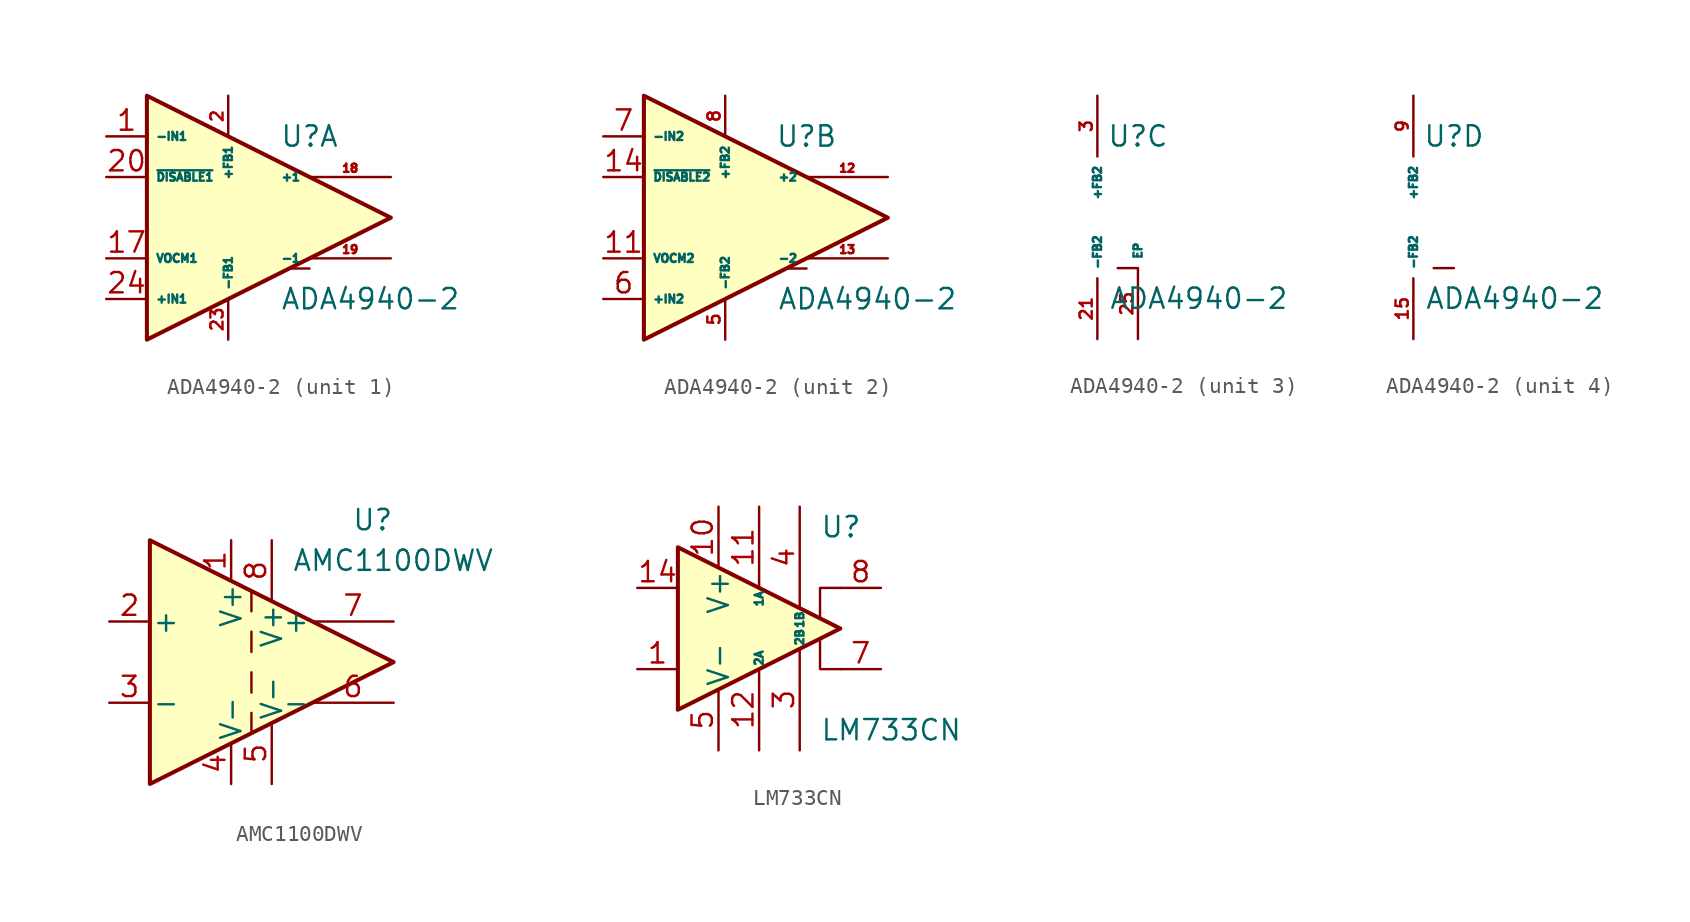
<source format=kicad_sym>
(kicad_symbol_lib
  (version 20211014)
  (generator kicad_symbol_editor)
  (symbol "ADA4940-2"
    (property "Reference" "U"
      (at 5.08 5.08 0)
      (effects (font (size 1.27 1.27))))
    (property "Value" "ADA4940-2"
      (at 8.89 -5.08 0)
      (effects (font (size 1.27 1.27))))
    (symbol "ADA4940-2_0_1"
      (polyline (pts (xy 5.08 -3.175) (xy 3.81 -3.175)) (stroke (width 0) (type default) (color 0 0 0 0)) (fill (type none))))
    (symbol "ADA4940-2_1_1"
      (polyline (pts (xy -5.08 7.62) (xy -5.08 -7.62) (xy 10.16 0) (xy -5.08 7.62)) (stroke (width 0.254) (type default) (color 0 0 0 0)) (fill (type background)))
      (pin input line (at -7.62 5.08 0) (length 2.54) (name "-IN1" (effects (font (size 0.508 0.508)))) (number "1" (effects (font (size 1.27 1.27)))))
      (pin input line (at -7.62 -2.54 0) (length 2.54) (name "VOCM1" (effects (font (size 0.508 0.508)))) (number "17" (effects (font (size 1.27 1.27)))))
      (pin output line (at 10.16 2.54 180) (length 5.08) (name "+1" (effects (font (size 0.508 0.508)))) (number "18" (effects (font (size 0.508 0.508)))))
      (pin output line (at 10.16 -2.54 180) (length 5.08) (name "-1" (effects (font (size 0.508 0.508)))) (number "19" (effects (font (size 0.508 0.508)))))
      (pin input line (at 0 7.62 270) (length 2.54) (name "+FB1" (effects (font (size 0.508 0.508)))) (number "2" (effects (font (size 0.762 0.762)))))
      (pin input line (at -7.62 2.54 0) (length 2.54) (name "~{DISABLE1}" (effects (font (size 0.508 0.508)))) (number "20" (effects (font (size 1.27 1.27)))))
      (pin input line (at 0 -7.62 90) (length 2.54) (name "-FB1" (effects (font (size 0.508 0.508)))) (number "23" (effects (font (size 0.762 0.762)))))
      (pin input line (at -7.62 -5.08 0) (length 2.54) (name "+IN1" (effects (font (size 0.508 0.508)))) (number "24" (effects (font (size 1.27 1.27))))))
    (symbol "ADA4940-2_2_1"
      (polyline (pts (xy -5.08 7.62) (xy -5.08 -7.62) (xy 10.16 0) (xy -5.08 7.62)) (stroke (width 0.254) (type default) (color 0 0 0 0)) (fill (type background)))
      (pin input line (at -7.62 -2.54 0) (length 2.54) (name "VOCM2" (effects (font (size 0.508 0.508)))) (number "11" (effects (font (size 1.27 1.27)))))
      (pin output line (at 10.16 2.54 180) (length 5.08) (name "+2" (effects (font (size 0.508 0.508)))) (number "12" (effects (font (size 0.508 0.508)))))
      (pin output line (at 10.16 -2.54 180) (length 5.08) (name "-2" (effects (font (size 0.508 0.508)))) (number "13" (effects (font (size 0.508 0.508)))))
      (pin input line (at -7.62 2.54 0) (length 2.54) (name "~{DISABLE2}" (effects (font (size 0.508 0.508)))) (number "14" (effects (font (size 1.27 1.27)))))
      (pin input line (at 0 -7.62 90) (length 2.54) (name "-FB2" (effects (font (size 0.508 0.508)))) (number "5" (effects (font (size 0.762 0.762)))))
      (pin input line (at -7.62 -5.08 0) (length 2.54) (name "+IN2" (effects (font (size 0.508 0.508)))) (number "6" (effects (font (size 1.27 1.27)))))
      (pin input line (at -7.62 5.08 0) (length 2.54) (name "-IN2" (effects (font (size 0.508 0.508)))) (number "7" (effects (font (size 1.27 1.27)))))
      (pin input line (at 0 7.62 270) (length 2.54) (name "+FB2" (effects (font (size 0.508 0.508)))) (number "8" (effects (font (size 0.762 0.762))))))
    (symbol "ADA4940-2_3_1"
      (pin input line (at 2.54 -7.62 90) (length 3.81) (name "-FB2" (effects (font (size 0.508 0.508)))) (number "21" (effects (font (size 0.762 0.762)))))
      (pin input line (at 2.54 -7.62 90) (length 3.81) hide (name "-FB2" (effects (font (size 0.508 0.508)))) (number "22" (effects (font (size 0.762 0.762)))))
      (pin passive line (at 5.08 -7.62 90) (length 4.445) (name "EP" (effects (font (size 0.508 0.508)))) (number "25" (effects (font (size 0.762 0.762)))))
      (pin input line (at 2.54 7.62 270) (length 3.81) (name "+FB2" (effects (font (size 0.508 0.508)))) (number "3" (effects (font (size 0.762 0.762)))))
      (pin input line (at 2.54 7.62 270) (length 3.81) hide (name "+FB2" (effects (font (size 0.508 0.508)))) (number "4" (effects (font (size 0.762 0.762))))))
    (symbol "ADA4940-2_4_1"
      (pin input line (at 2.54 7.62 270) (length 3.81) hide (name "+FB2" (effects (font (size 0.508 0.508)))) (number "10" (effects (font (size 0.762 0.762)))))
      (pin input line (at 2.54 -7.62 90) (length 3.81) (name "-FB2" (effects (font (size 0.508 0.508)))) (number "15" (effects (font (size 0.762 0.762)))))
      (pin input line (at 2.54 -7.62 90) (length 3.81) hide (name "-FB2" (effects (font (size 0.508 0.508)))) (number "16" (effects (font (size 0.762 0.762)))))
      (pin input line (at 2.54 7.62 270) (length 3.81) (name "+FB2" (effects (font (size 0.508 0.508)))) (number "9" (effects (font (size 0.762 0.762)))))))
  (symbol "AMC1100DWV"
    (pin_names
      (offset 0.127))
    (property "Reference" "U"
      (at 7.62 8.89 0)
      (effects (font (size 1.27 1.27)) (justify right)))
    (property "Value" "AMC1100DWV"
      (at 1.27 6.35 0)
      (effects (font (size 1.27 1.27)) (justify left)))
    (symbol "AMC1100DWV_0_1"
      (polyline (pts (xy -1.27 -3.175) (xy -1.27 -4.445)) (stroke (width 0) (type default) (color 0 0 0 0)) (fill (type none)))
      (polyline (pts (xy -1.27 -0.635) (xy -1.27 -1.905)) (stroke (width 0) (type default) (color 0 0 0 0)) (fill (type none)))
      (polyline (pts (xy -1.27 1.905) (xy -1.27 0.635)) (stroke (width 0) (type default) (color 0 0 0 0)) (fill (type none)))
      (polyline (pts (xy -1.27 4.445) (xy -1.27 3.175)) (stroke (width 0) (type default) (color 0 0 0 0)) (fill (type none)))
      (polyline (pts (xy -7.62 -7.62) (xy -7.62 7.62) (xy 7.62 0) (xy -7.62 -7.62)) (stroke (width 0.254) (type default) (color 0 0 0 0)) (fill (type background))))
    (symbol "AMC1100DWV_1_1"
      (pin power_in line (at -2.54 7.62 270) (length 2.54) (name "V+" (effects (font (size 1.27 1.27)))) (number "1" (effects (font (size 1.27 1.27)))))
      (pin input line (at -10.16 2.54 0) (length 2.54) (name "+" (effects (font (size 1.27 1.27)))) (number "2" (effects (font (size 1.27 1.27)))))
      (pin input line (at -10.16 -2.54 0) (length 2.54) (name "-" (effects (font (size 1.27 1.27)))) (number "3" (effects (font (size 1.27 1.27)))))
      (pin power_in line (at -2.54 -7.62 90) (length 2.54) (name "V-" (effects (font (size 1.27 1.27)))) (number "4" (effects (font (size 1.27 1.27)))))
      (pin power_in line (at 0 -7.62 90) (length 3.81) (name "V-" (effects (font (size 1.27 1.27)))) (number "5" (effects (font (size 1.27 1.27)))))
      (pin output line (at 7.62 -2.54 180) (length 5.08) (name "-" (effects (font (size 1.27 1.27)))) (number "6" (effects (font (size 1.27 1.27)))))
      (pin output line (at 7.62 2.54 180) (length 5.08) (name "+" (effects (font (size 1.27 1.27)))) (number "7" (effects (font (size 1.27 1.27)))))
      (pin power_in line (at 0 7.62 270) (length 3.81) (name "V+" (effects (font (size 1.27 1.27)))) (number "8" (effects (font (size 1.27 1.27)))))))
  (symbol "LM733CN"
    (pin_names
      (offset 0.127))
    (property "Reference" "U"
      (at 3.81 6.35 0)
      (effects (font (size 1.27 1.27)) (justify left)))
    (property "Value" "LM733CN"
      (at 3.81 -6.35 0)
      (effects (font (size 1.27 1.27)) (justify left)))
    (symbol "LM733CN_0_1"
      (polyline (pts (xy 5.08 -2.54) (xy 3.81 -2.54) (xy 3.81 -0.635)) (stroke (width 0) (type default) (color 0 0 0 0)) (fill (type none)))
      (polyline (pts (xy 5.08 2.54) (xy 3.81 2.54) (xy 3.81 0.635)) (stroke (width 0) (type default) (color 0 0 0 0)) (fill (type none)))
      (polyline (pts (xy 5.08 0) (xy -5.08 5.08) (xy -5.08 -5.08) (xy 5.08 0)) (stroke (width 0.254) (type default) (color 0 0 0 0)) (fill (type background))))
    (symbol "LM733CN_1_1"
      (pin input line (at -7.62 -2.54 0) (length 2.54) (name "~" (effects (font (size 1.27 1.27)))) (number "1" (effects (font (size 1.27 1.27)))))
      (pin power_in line (at -2.54 7.62 270) (length 3.81) (name "V+" (effects (font (size 1.27 1.27)))) (number "10" (effects (font (size 1.27 1.27)))))
      (pin passive line (at 0 7.62 270) (length 5.08) (name "1A" (effects (font (size 0.508 0.508)))) (number "11" (effects (font (size 1.27 1.27)))))
      (pin passive line (at 0 -7.62 90) (length 5.08) (name "2A" (effects (font (size 0.508 0.508)))) (number "12" (effects (font (size 1.27 1.27)))))
      (pin no_connect line (at -2.54 -3.81 90) (length 2.54) hide (name "NC" (effects (font (size 1.27 1.27)))) (number "13" (effects (font (size 1.27 1.27)))))
      (pin input line (at -7.62 2.54 0) (length 2.54) (name "~" (effects (font (size 1.27 1.27)))) (number "14" (effects (font (size 1.27 1.27)))))
      (pin no_connect line (at 2.54 1.27 270) (length 2.54) hide (name "NC" (effects (font (size 1.27 1.27)))) (number "2" (effects (font (size 1.27 1.27)))))
      (pin passive line (at 2.54 -7.62 90) (length 6.35) (name "2B" (effects (font (size 0.508 0.508)))) (number "3" (effects (font (size 1.27 1.27)))))
      (pin passive line (at 2.54 7.62 270) (length 6.35) (name "1B" (effects (font (size 0.508 0.508)))) (number "4" (effects (font (size 1.27 1.27)))))
      (pin power_in line (at -2.54 -7.62 90) (length 3.81) (name "V-" (effects (font (size 1.27 1.27)))) (number "5" (effects (font (size 1.27 1.27)))))
      (pin no_connect line (at 0 2.54 270) (length 2.54) hide (name "NC" (effects (font (size 1.27 1.27)))) (number "6" (effects (font (size 1.27 1.27)))))
      (pin output line (at 7.62 -2.54 180) (length 2.54) (name "~" (effects (font (size 1.27 1.27)))) (number "7" (effects (font (size 1.27 1.27)))))
      (pin output line (at 7.62 2.54 180) (length 2.54) (name "~" (effects (font (size 1.27 1.27)))) (number "8" (effects (font (size 1.27 1.27)))))
      (pin no_connect line (at 0 -2.54 90) (length 2.54) hide (name "NC" (effects (font (size 1.27 1.27)))) (number "9" (effects (font (size 1.27 1.27))))))))
</source>
